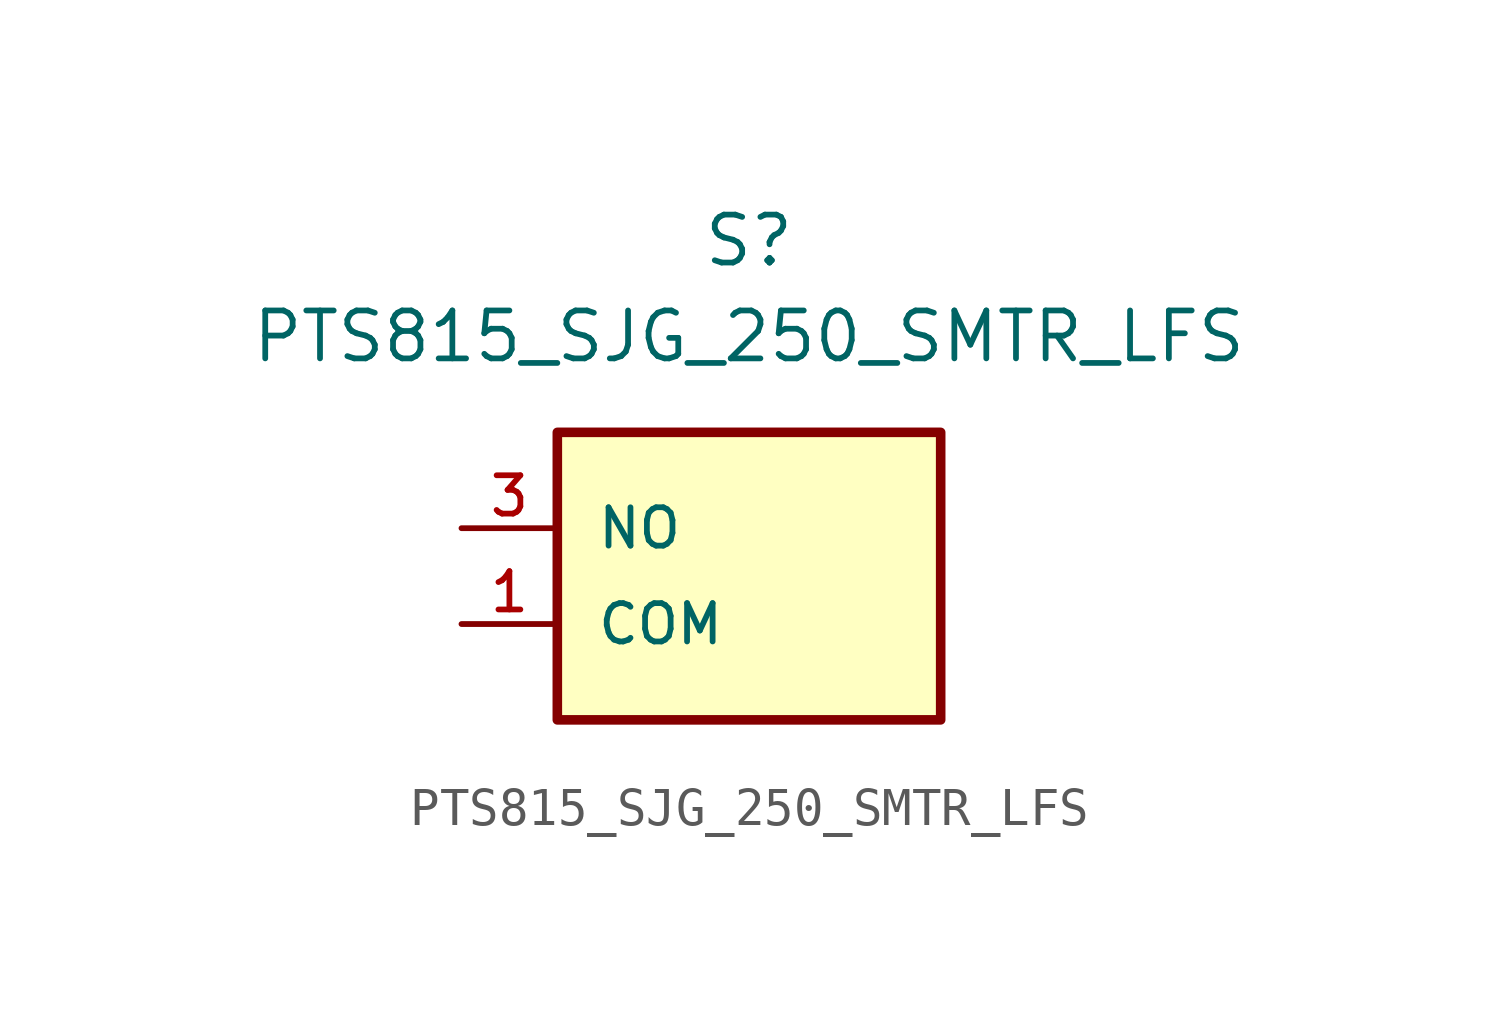
<source format=kicad_sym>
(kicad_symbol_lib
  (version 20211014)
  (generator kicad_symbol_editor)
  (symbol "PTS815_SJG_250_SMTR_LFS"
    (pin_names
      (offset 1.016))
    (property "Reference" "S"
      (at 5.08 5.08 0)
      (effects (font (size 1.27 1.27))))
    (property "Value" "PTS815_SJG_250_SMTR_LFS"
      (at 5.08 2.54 0)
      (effects (font (size 1.27 1.27))))
    (symbol "PTS815_SJG_250_SMTR_LFS_0_0"
      (rectangle (start 0.0 -7.62) (end 10.16 4.4408920985e-16) (stroke (width 0.254)) (fill (type background)))
      (pin bidirectional line (at -2.54 -5.08 0) (length 2.54) (name "COM" (effects (font (size 1.016 1.016)))) (number "1" (effects (font (size 1.016 1.016)))))
      (pin bidirectional line (at -2.54 -5.08 0) (length 2.54) hide (name "COM" (effects (font (size 1.016 1.016)))) (number "2" (effects (font (size 1.016 1.016)))))
      (pin bidirectional line (at -2.54 -2.54 0) (length 2.54) (name "NO" (effects (font (size 1.016 1.016)))) (number "3" (effects (font (size 1.016 1.016)))))
      (pin bidirectional line (at -2.54 -2.54 0) (length 2.54) hide (name "NO" (effects (font (size 1.016 1.016)))) (number "4" (effects (font (size 1.016 1.016))))))))
</source>
